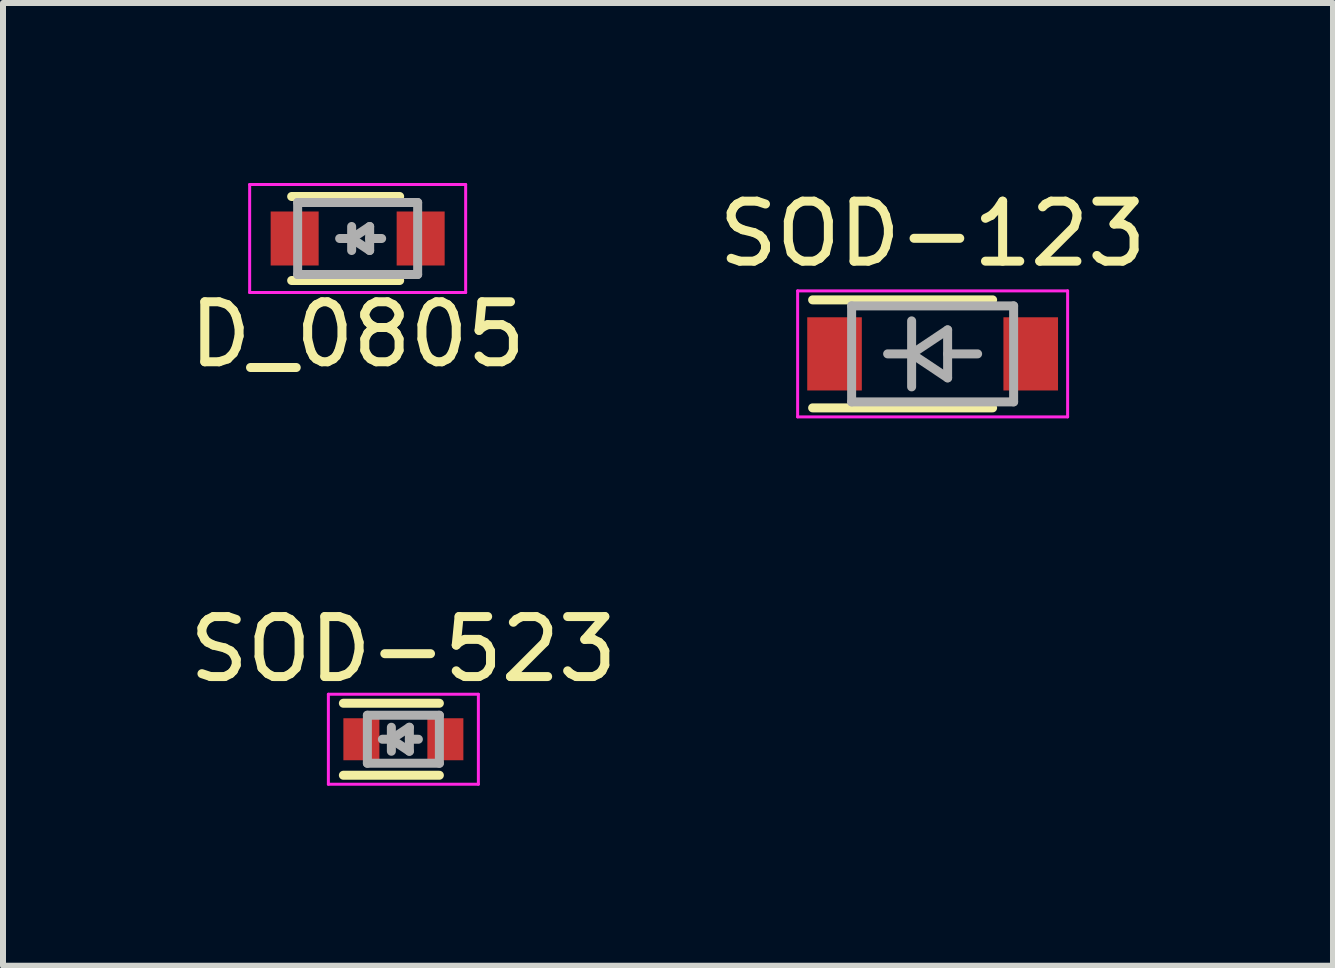
<source format=kicad_pcb>
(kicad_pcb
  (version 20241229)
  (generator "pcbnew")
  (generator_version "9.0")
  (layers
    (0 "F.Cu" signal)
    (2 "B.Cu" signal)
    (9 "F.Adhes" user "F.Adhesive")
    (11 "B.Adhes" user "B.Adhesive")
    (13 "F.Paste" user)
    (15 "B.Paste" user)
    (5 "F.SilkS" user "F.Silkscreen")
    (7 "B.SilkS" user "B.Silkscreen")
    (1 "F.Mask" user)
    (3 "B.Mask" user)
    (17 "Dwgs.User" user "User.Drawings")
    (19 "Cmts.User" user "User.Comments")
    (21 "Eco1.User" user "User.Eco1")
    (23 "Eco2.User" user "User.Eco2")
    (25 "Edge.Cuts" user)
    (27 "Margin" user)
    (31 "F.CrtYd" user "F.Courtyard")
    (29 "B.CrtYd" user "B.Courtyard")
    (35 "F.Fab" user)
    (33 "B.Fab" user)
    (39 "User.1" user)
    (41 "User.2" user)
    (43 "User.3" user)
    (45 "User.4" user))
  (footprint "D_0805"
    (layer "F.Cu")
    (at 2.911 0.925)
    (property "Reference" "D_0805" (at 0 1.6 0) (layer "F.SilkS") (effects (font (size 1 1) (thickness 0.15))))
    (attr smd)
    (fp_line (start -1.1 -0.7) (end 0.7 -0.7) (stroke (width 0.15) (type solid)) (layer "F.SilkS"))
    (fp_line (start -1.1 0.7) (end 0.7 0.7) (stroke (width 0.15) (type solid)) (layer "F.SilkS"))
    (fp_line (start -1.8 -0.9) (end 1.8 -0.9) (stroke (width 0.05) (type solid)) (layer "F.CrtYd"))
    (fp_line (start -1.8 0.9) (end -1.8 -0.9) (stroke (width 0.05) (type solid)) (layer "F.CrtYd"))
    (fp_line (start 1.8 -0.9) (end 1.8 0.9) (stroke (width 0.05) (type solid)) (layer "F.CrtYd"))
    (fp_line (start 1.8 0.9) (end -1.8 0.9) (stroke (width 0.05) (type solid)) (layer "F.CrtYd"))
    (fp_line (start -1 -0.6) (end 1 -0.6) (stroke (width 0.15) (type solid)) (layer "F.Fab"))
    (fp_line (start -1 0.6) (end -1 -0.6) (stroke (width 0.15) (type solid)) (layer "F.Fab"))
    (fp_line (start -0.1 -0.2) (end -0.1 0.2) (stroke (width 0.15) (type solid)) (layer "F.Fab"))
    (fp_line (start -0.1 0) (end -0.3 0) (stroke (width 0.15) (type solid)) (layer "F.Fab"))
    (fp_line (start -0.1 0) (end 0.2 0.2) (stroke (width 0.15) (type solid)) (layer "F.Fab"))
    (fp_line (start 0.2 -0.2) (end -0.1 0) (stroke (width 0.15) (type solid)) (layer "F.Fab"))
    (fp_line (start 0.2 0) (end 0.4 0) (stroke (width 0.15) (type solid)) (layer "F.Fab"))
    (fp_line (start 0.2 0.2) (end 0.2 -0.2) (stroke (width 0.15) (type solid)) (layer "F.Fab"))
    (fp_line (start 1 -0.6) (end 1 0.6) (stroke (width 0.15) (type solid)) (layer "F.Fab"))
    (fp_line (start 1 0.6) (end -1 0.6) (stroke (width 0.15) (type solid)) (layer "F.Fab"))
    (pad "1" smd rect (at -1.05 0) (size 0.8 0.9) (layers "F.Cu" "F.Mask" "F.Paste"))
    (pad "2" smd rect (at 1.05 0) (size 0.8 0.9) (layers "F.Cu" "F.Mask" "F.Paste")))
  (footprint "SOD-523"
    (layer "F.Cu")
    (at 3.673 9.271)
    (property "Reference" "SOD-523" (at 0 -1.5 0) (layer "F.SilkS") (effects (font (size 1 1) (thickness 0.15))))
    (attr smd)
    (fp_line (start 0.6 -0.6) (end -1 -0.6) (stroke (width 0.15) (type solid)) (layer "F.SilkS"))
    (fp_line (start 0.6 0.6) (end -1 0.6) (stroke (width 0.15) (type solid)) (layer "F.SilkS"))
    (fp_line (start -1.25 -0.75) (end 1.25 -0.75) (stroke (width 0.05) (type solid)) (layer "F.CrtYd"))
    (fp_line (start -1.25 0.75) (end -1.25 -0.75) (stroke (width 0.05) (type solid)) (layer "F.CrtYd"))
    (fp_line (start 1.25 -0.75) (end 1.25 0.75) (stroke (width 0.05) (type solid)) (layer "F.CrtYd"))
    (fp_line (start 1.25 0.75) (end -1.25 0.75) (stroke (width 0.05) (type solid)) (layer "F.CrtYd"))
    (fp_line (start -0.6 -0.4) (end 0.6 -0.4) (stroke (width 0.15) (type solid)) (layer "F.Fab"))
    (fp_line (start -0.6 0.4) (end -0.6 -0.4) (stroke (width 0.15) (type solid)) (layer "F.Fab"))
    (fp_line (start -0.2 0) (end -0.35 0) (stroke (width 0.15) (type solid)) (layer "F.Fab"))
    (fp_line (start -0.2 0) (end 0.1 0.2) (stroke (width 0.15) (type solid)) (layer "F.Fab"))
    (fp_line (start -0.2 0.2) (end -0.2 -0.2) (stroke (width 0.15) (type solid)) (layer "F.Fab"))
    (fp_line (start 0.1 -0.2) (end -0.2 0) (stroke (width 0.15) (type solid)) (layer "F.Fab"))
    (fp_line (start 0.1 0) (end 0.25 0) (stroke (width 0.15) (type solid)) (layer "F.Fab"))
    (fp_line (start 0.1 0.2) (end 0.1 -0.2) (stroke (width 0.15) (type solid)) (layer "F.Fab"))
    (fp_line (start 0.6 -0.4) (end 0.6 0.4) (stroke (width 0.15) (type solid)) (layer "F.Fab"))
    (fp_line (start 0.6 0.4) (end -0.6 0.4) (stroke (width 0.15) (type solid)) (layer "F.Fab"))
    (pad "1" smd rect (at -0.7 0 180) (size 0.6 0.7) (layers "F.Cu" "F.Mask" "F.Paste"))
    (pad "2" smd rect (at 0.7 0 180) (size 0.6 0.7) (layers "F.Cu" "F.Mask" "F.Paste")))
  (footprint "SOD-123"
    (layer "F.Cu")
    (at 12.494 2.848)
    (property "Reference" "SOD-123" (at 0 -2 0) (layer "F.SilkS") (effects (font (size 1 1) (thickness 0.15))))
    (attr smd)
    (fp_line (start -2 -0.9) (end 1 -0.9) (stroke (width 0.15) (type solid)) (layer "F.SilkS"))
    (fp_line (start -2 0.9) (end 1 0.9) (stroke (width 0.15) (type solid)) (layer "F.SilkS"))
    (fp_line (start -2.25 -1.05) (end -2.25 1.05) (stroke (width 0.05) (type solid)) (layer "F.CrtYd"))
    (fp_line (start -2.25 -1.05) (end 2.25 -1.05) (stroke (width 0.05) (type solid)) (layer "F.CrtYd"))
    (fp_line (start 2.25 -1.05) (end 2.25 1.05) (stroke (width 0.05) (type solid)) (layer "F.CrtYd"))
    (fp_line (start 2.25 1.05) (end -2.25 1.05) (stroke (width 0.05) (type solid)) (layer "F.CrtYd"))
    (fp_line (start -1.35 -0.8) (end 1.35 -0.8) (stroke (width 0.15) (type solid)) (layer "F.Fab"))
    (fp_line (start -1.35 0.8) (end -1.35 -0.8) (stroke (width 0.15) (type solid)) (layer "F.Fab"))
    (fp_line (start -0.75 0) (end -0.35 0) (stroke (width 0.15) (type solid)) (layer "F.Fab"))
    (fp_line (start -0.35 0) (end -0.35 -0.55) (stroke (width 0.15) (type solid)) (layer "F.Fab"))
    (fp_line (start -0.35 0) (end -0.35 0.55) (stroke (width 0.15) (type solid)) (layer "F.Fab"))
    (fp_line (start -0.35 0) (end 0.25 -0.4) (stroke (width 0.15) (type solid)) (layer "F.Fab"))
    (fp_line (start 0.25 -0.4) (end 0.25 0.4) (stroke (width 0.15) (type solid)) (layer "F.Fab"))
    (fp_line (start 0.25 0) (end 0.75 0) (stroke (width 0.15) (type solid)) (layer "F.Fab"))
    (fp_line (start 0.25 0.4) (end -0.35 0) (stroke (width 0.15) (type solid)) (layer "F.Fab"))
    (fp_line (start 1.35 -0.8) (end 1.35 0.8) (stroke (width 0.15) (type solid)) (layer "F.Fab"))
    (fp_line (start 1.35 0.8) (end -1.35 0.8) (stroke (width 0.15) (type solid)) (layer "F.Fab"))
    (pad "1" smd rect (at -1.635 0) (size 0.91 1.22) (layers "F.Cu" "F.Mask" "F.Paste"))
    (pad "2" smd rect (at 1.635 0) (size 0.91 1.22) (layers "F.Cu" "F.Mask" "F.Paste")))
  (gr_rect
    (start -3 -3)
    (end 19.167 13.046)
    (stroke (width 0.1) (type default))
    (fill no)
    (layer "Edge.Cuts")))
</source>
